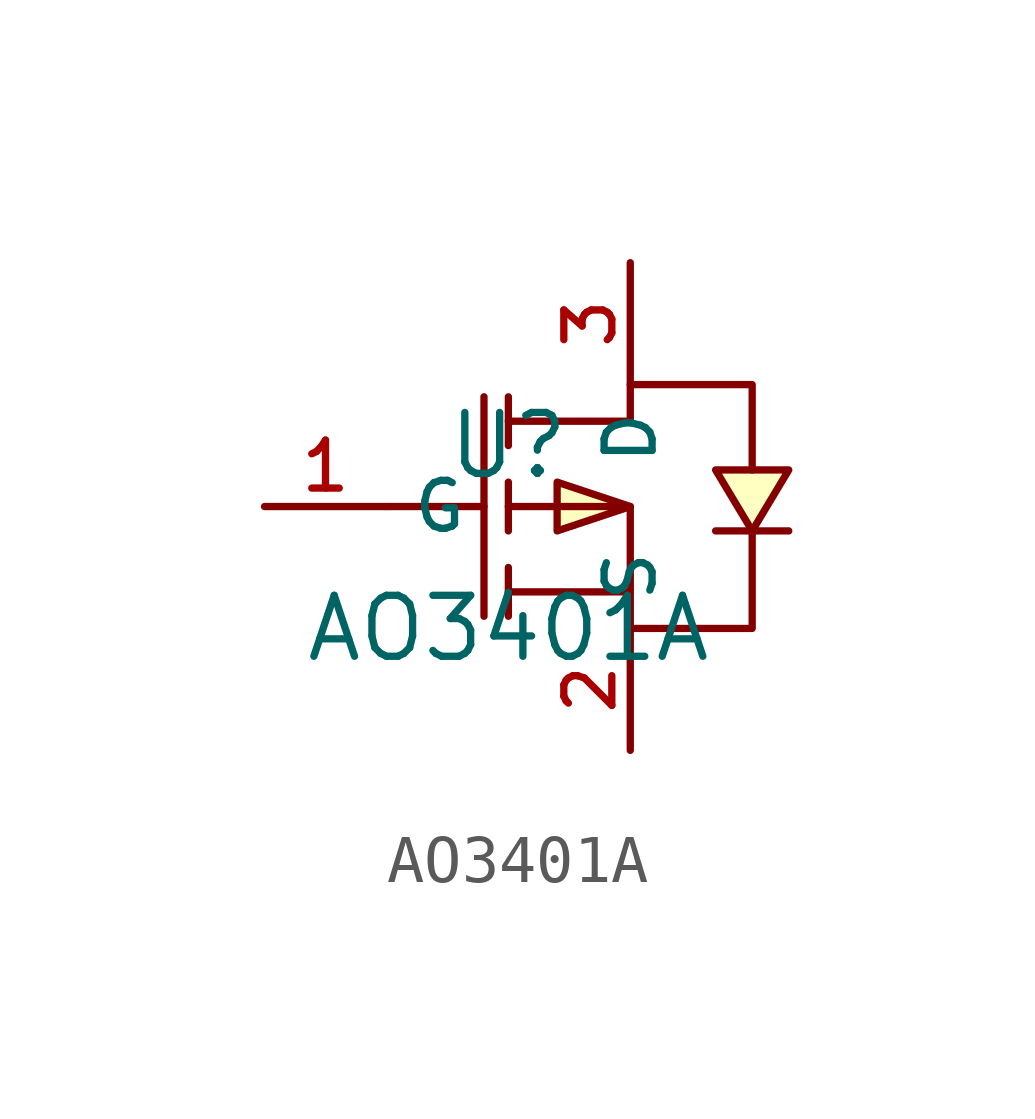
<source format=kicad_sym>
(kicad_symbol_lib
  (version 20210201)
  (generator TousstNicolas/JLC2KiCad_lib)
  (symbol "AO3401A"
    (property "Reference" "U"
      (at 0 1.27 0)
      (effects (font (size 1.27 1.27))))
    (property "Value" "AO3401A"
      (at 0 -2.54 0)
      (effects (font (size 1.27 1.27))))
    (symbol "AO3401A_0_1"
      (polyline (pts (xy 2.54 -0.0) (xy 1.016 0.508) (xy 1.016 -0.508) (xy 2.54 -0.0)) (stroke (width 0) (type default) (color 0 0 0 0)) (fill (type background)))
      (polyline (pts (xy 5.08 -0.508) (xy 5.842 0.762) (xy 4.318 0.762) (xy 5.08 -0.508)) (stroke (width 0) (type default) (color 0 0 0 0)) (fill (type background)))
      (polyline (pts (xy 2.54 -2.54) (xy 5.08 -2.54) (xy 5.08 -0.508)) (stroke (width 0) (type default) (color 0 0 0 0)) (fill (type none)))
      (polyline (pts (xy 2.54 1.778) (xy 2.54 2.54) (xy 5.08 2.54) (xy 5.08 0.762)) (stroke (width 0) (type default) (color 0 0 0 0)) (fill (type none)))
      (polyline (pts (xy 2.54 1.778) (xy 0.0 1.778)) (stroke (width 0) (type default) (color 0 0 0 0)) (fill (type none)))
      (polyline (pts (xy 0.0 -0.0) (xy 2.54 -0.0) (xy 2.54 -2.54)) (stroke (width 0) (type default) (color 0 0 0 0)) (fill (type none)))
      (polyline (pts (xy 2.54 -1.778) (xy 0.0 -1.778)) (stroke (width 0) (type default) (color 0 0 0 0)) (fill (type none)))
      (polyline (pts (xy -0.508 2.286) (xy -0.508 -2.286)) (stroke (width 0) (type default) (color 0 0 0 0)) (fill (type none)))
      (polyline (pts (xy 0.0 1.27) (xy 0.0 2.286)) (stroke (width 0) (type default) (color 0 0 0 0)) (fill (type none)))
      (polyline (pts (xy 0.0 -0.508) (xy 0.0 0.508)) (stroke (width 0) (type default) (color 0 0 0 0)) (fill (type none)))
      (polyline (pts (xy 0.0 -2.286) (xy 0.0 -1.27)) (stroke (width 0) (type default) (color 0 0 0 0)) (fill (type none)))
      (polyline (pts (xy -2.54 -0.0) (xy -0.508 -0.0)) (stroke (width 0) (type default) (color 0 0 0 0)) (fill (type none)))
      (polyline (pts (xy 5.842 -0.508) (xy 5.588 -0.508) (xy 4.572 -0.508) (xy 4.318 -0.508)) (stroke (width 0) (type default) (color 0 0 0 0)) (fill (type none)))
      (pin unspecified line (at 2.54 5.08 270) (length 2.54) (name "D" (effects (font (size 1 1)))) (number "3" (effects (font (size 1 1)))))
      (pin unspecified line (at -5.08 -0.0 0) (length 2.54) (name "G" (effects (font (size 1 1)))) (number "1" (effects (font (size 1 1)))))
      (pin unspecified line (at 2.54 -5.08 90) (length 2.54) (name "S" (effects (font (size 1 1)))) (number "2" (effects (font (size 1 1))))))))
</source>
